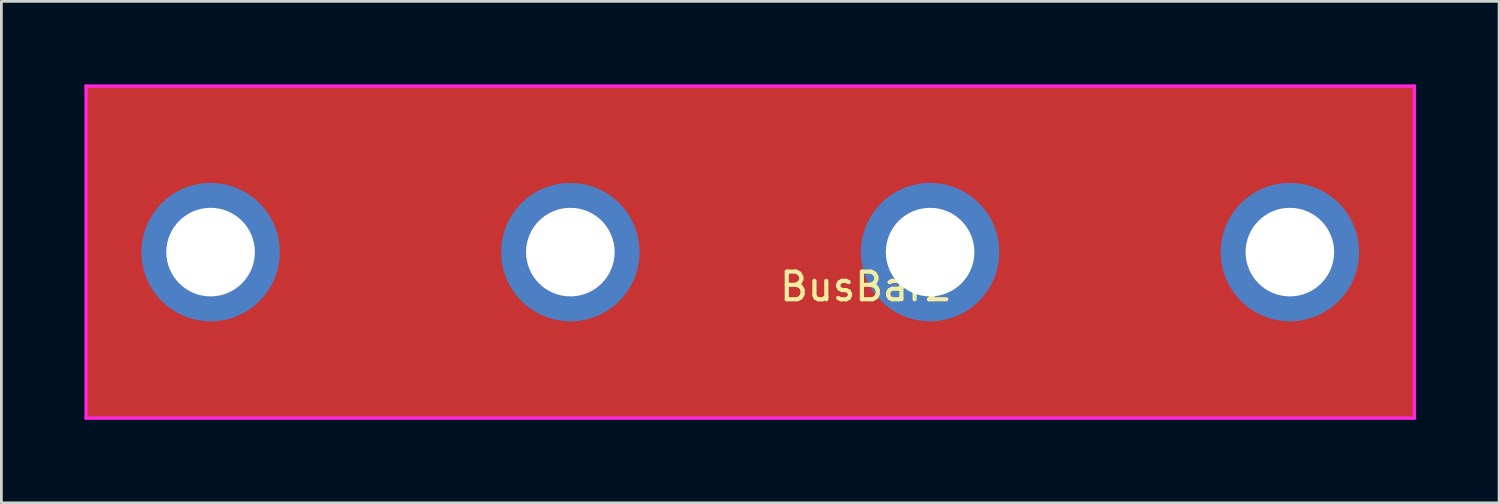
<source format=kicad_pcb>
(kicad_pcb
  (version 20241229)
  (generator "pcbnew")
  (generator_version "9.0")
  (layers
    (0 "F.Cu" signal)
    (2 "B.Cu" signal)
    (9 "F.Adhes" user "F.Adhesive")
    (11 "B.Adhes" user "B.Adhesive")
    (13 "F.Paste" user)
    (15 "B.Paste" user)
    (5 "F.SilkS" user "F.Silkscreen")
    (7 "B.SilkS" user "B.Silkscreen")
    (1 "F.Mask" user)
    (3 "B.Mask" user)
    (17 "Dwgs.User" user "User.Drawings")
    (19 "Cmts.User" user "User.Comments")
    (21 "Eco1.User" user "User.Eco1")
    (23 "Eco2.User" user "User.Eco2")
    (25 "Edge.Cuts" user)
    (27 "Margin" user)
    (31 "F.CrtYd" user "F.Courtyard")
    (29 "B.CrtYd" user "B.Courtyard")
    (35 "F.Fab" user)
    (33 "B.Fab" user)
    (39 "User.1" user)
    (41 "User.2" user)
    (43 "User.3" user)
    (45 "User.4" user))
  (footprint "BusBar2"
    (layer "F.Cu")
    (at 24.06 7.06)
    (property "Reference" "BusBar2" (at 4.178 0.25 0) (layer "F.SilkS") (effects (font (size 1 1) (thickness 0.15))))
    (attr through_hole)
    (fp_poly (pts (xy -22.75 -5.75) (xy -23.75 -5.75) (xy -23.75 -6.75) (xy -22.75 -6.75)) (stroke (width 0.1) (type solid)) (fill yes) (layer "F.Paste"))
    (fp_poly (pts (xy -22.75 -4.25) (xy -23.75 -4.25) (xy -23.75 -5.25) (xy -22.75 -5.25)) (stroke (width 0.1) (type solid)) (fill yes) (layer "F.Paste"))
    (fp_poly (pts (xy -22.75 -2.75) (xy -23.75 -2.75) (xy -23.75 -3.75) (xy -22.75 -3.75)) (stroke (width 0.1) (type solid)) (fill yes) (layer "F.Paste"))
    (fp_poly (pts (xy -22.75 -1.25) (xy -23.75 -1.25) (xy -23.75 -2.25) (xy -22.75 -2.25)) (stroke (width 0.1) (type solid)) (fill yes) (layer "F.Paste"))
    (fp_poly (pts (xy -22.75 0.25) (xy -23.75 0.25) (xy -23.75 -0.75) (xy -22.75 -0.75)) (stroke (width 0.1) (type solid)) (fill yes) (layer "F.Paste"))
    (fp_poly (pts (xy -22.75 1.75) (xy -23.75 1.75) (xy -23.75 0.75) (xy -22.75 0.75)) (stroke (width 0.1) (type solid)) (fill yes) (layer "F.Paste"))
    (fp_poly (pts (xy -22.75 3.25) (xy -23.75 3.25) (xy -23.75 2.25) (xy -22.75 2.25)) (stroke (width 0.1) (type solid)) (fill yes) (layer "F.Paste"))
    (fp_poly (pts (xy -22.75 4.75) (xy -23.75 4.75) (xy -23.75 3.75) (xy -22.75 3.75)) (stroke (width 0.1) (type solid)) (fill yes) (layer "F.Paste"))
    (fp_poly (pts (xy -21.25 -5.75) (xy -22.25 -5.75) (xy -22.25 -6.75) (xy -21.25 -6.75)) (stroke (width 0.1) (type solid)) (fill yes) (layer "F.Paste"))
    (fp_poly (pts (xy -21.25 -4.25) (xy -22.25 -4.25) (xy -22.25 -5.25) (xy -21.25 -5.25)) (stroke (width 0.1) (type solid)) (fill yes) (layer "F.Paste"))
    (fp_poly (pts (xy -21.25 3.25) (xy -22.25 3.25) (xy -22.25 2.25) (xy -21.25 2.25)) (stroke (width 0.1) (type solid)) (fill yes) (layer "F.Paste"))
    (fp_poly (pts (xy -21.25 4.75) (xy -22.25 4.75) (xy -22.25 3.75) (xy -21.25 3.75)) (stroke (width 0.1) (type solid)) (fill yes) (layer "F.Paste"))
    (fp_poly (pts (xy -19.75 -5.75) (xy -20.75 -5.75) (xy -20.75 -6.75) (xy -19.75 -6.75)) (stroke (width 0.1) (type solid)) (fill yes) (layer "F.Paste"))
    (fp_poly (pts (xy -19.75 -4.25) (xy -20.75 -4.25) (xy -20.75 -5.25) (xy -19.75 -5.25)) (stroke (width 0.1) (type solid)) (fill yes) (layer "F.Paste"))
    (fp_poly (pts (xy -19.75 3.25) (xy -20.75 3.25) (xy -20.75 2.25) (xy -19.75 2.25)) (stroke (width 0.1) (type solid)) (fill yes) (layer "F.Paste"))
    (fp_poly (pts (xy -19.75 4.75) (xy -20.75 4.75) (xy -20.75 3.75) (xy -19.75 3.75)) (stroke (width 0.1) (type solid)) (fill yes) (layer "F.Paste"))
    (fp_poly (pts (xy -18.25 -5.75) (xy -19.25 -5.75) (xy -19.25 -6.75) (xy -18.25 -6.75)) (stroke (width 0.1) (type solid)) (fill yes) (layer "F.Paste"))
    (fp_poly (pts (xy -18.25 -4.25) (xy -19.25 -4.25) (xy -19.25 -5.25) (xy -18.25 -5.25)) (stroke (width 0.1) (type solid)) (fill yes) (layer "F.Paste"))
    (fp_poly (pts (xy -18.25 3.25) (xy -19.25 3.25) (xy -19.25 2.25) (xy -18.25 2.25)) (stroke (width 0.1) (type solid)) (fill yes) (layer "F.Paste"))
    (fp_poly (pts (xy -18.25 4.75) (xy -19.25 4.75) (xy -19.25 3.75) (xy -18.25 3.75)) (stroke (width 0.1) (type solid)) (fill yes) (layer "F.Paste"))
    (fp_poly (pts (xy -16.75 -5.75) (xy -17.75 -5.75) (xy -17.75 -6.75) (xy -16.75 -6.75)) (stroke (width 0.1) (type solid)) (fill yes) (layer "F.Paste"))
    (fp_poly (pts (xy -16.75 -4.25) (xy -17.75 -4.25) (xy -17.75 -5.25) (xy -16.75 -5.25)) (stroke (width 0.1) (type solid)) (fill yes) (layer "F.Paste"))
    (fp_poly (pts (xy -16.75 3.25) (xy -17.75 3.25) (xy -17.75 2.25) (xy -16.75 2.25)) (stroke (width 0.1) (type solid)) (fill yes) (layer "F.Paste"))
    (fp_poly (pts (xy -16.75 4.75) (xy -17.75 4.75) (xy -17.75 3.75) (xy -16.75 3.75)) (stroke (width 0.1) (type solid)) (fill yes) (layer "F.Paste"))
    (fp_poly (pts (xy -15.25 -5.75) (xy -16.25 -5.75) (xy -16.25 -6.75) (xy -15.25 -6.75)) (stroke (width 0.1) (type solid)) (fill yes) (layer "F.Paste"))
    (fp_poly (pts (xy -15.25 -4.25) (xy -16.25 -4.25) (xy -16.25 -5.25) (xy -15.25 -5.25)) (stroke (width 0.1) (type solid)) (fill yes) (layer "F.Paste"))
    (fp_poly (pts (xy -15.25 -2.75) (xy -16.25 -2.75) (xy -16.25 -3.75) (xy -15.25 -3.75)) (stroke (width 0.1) (type solid)) (fill yes) (layer "F.Paste"))
    (fp_poly (pts (xy -15.25 -1.25) (xy -16.25 -1.25) (xy -16.25 -2.25) (xy -15.25 -2.25)) (stroke (width 0.1) (type solid)) (fill yes) (layer "F.Paste"))
    (fp_poly (pts (xy -15.25 0.25) (xy -16.25 0.25) (xy -16.25 -0.75) (xy -15.25 -0.75)) (stroke (width 0.1) (type solid)) (fill yes) (layer "F.Paste"))
    (fp_poly (pts (xy -15.25 1.75) (xy -16.25 1.75) (xy -16.25 0.75) (xy -15.25 0.75)) (stroke (width 0.1) (type solid)) (fill yes) (layer "F.Paste"))
    (fp_poly (pts (xy -15.25 3.25) (xy -16.25 3.25) (xy -16.25 2.25) (xy -15.25 2.25)) (stroke (width 0.1) (type solid)) (fill yes) (layer "F.Paste"))
    (fp_poly (pts (xy -15.25 4.75) (xy -16.25 4.75) (xy -16.25 3.75) (xy -15.25 3.75)) (stroke (width 0.1) (type solid)) (fill yes) (layer "F.Paste"))
    (fp_poly (pts (xy -13.75 -5.75) (xy -14.75 -5.75) (xy -14.75 -6.75) (xy -13.75 -6.75)) (stroke (width 0.1) (type solid)) (fill yes) (layer "F.Paste"))
    (fp_poly (pts (xy -13.75 -4.25) (xy -14.75 -4.25) (xy -14.75 -5.25) (xy -13.75 -5.25)) (stroke (width 0.1) (type solid)) (fill yes) (layer "F.Paste"))
    (fp_poly (pts (xy -13.75 -2.75) (xy -14.75 -2.75) (xy -14.75 -3.75) (xy -13.75 -3.75)) (stroke (width 0.1) (type solid)) (fill yes) (layer "F.Paste"))
    (fp_poly (pts (xy -13.75 -1.25) (xy -14.75 -1.25) (xy -14.75 -2.25) (xy -13.75 -2.25)) (stroke (width 0.1) (type solid)) (fill yes) (layer "F.Paste"))
    (fp_poly (pts (xy -13.75 0.25) (xy -14.75 0.25) (xy -14.75 -0.75) (xy -13.75 -0.75)) (stroke (width 0.1) (type solid)) (fill yes) (layer "F.Paste"))
    (fp_poly (pts (xy -13.75 1.75) (xy -14.75 1.75) (xy -14.75 0.75) (xy -13.75 0.75)) (stroke (width 0.1) (type solid)) (fill yes) (layer "F.Paste"))
    (fp_poly (pts (xy -13.75 3.25) (xy -14.75 3.25) (xy -14.75 2.25) (xy -13.75 2.25)) (stroke (width 0.1) (type solid)) (fill yes) (layer "F.Paste"))
    (fp_poly (pts (xy -13.75 4.75) (xy -14.75 4.75) (xy -14.75 3.75) (xy -13.75 3.75)) (stroke (width 0.1) (type solid)) (fill yes) (layer "F.Paste"))
    (fp_poly (pts (xy -12.25 -5.75) (xy -13.25 -5.75) (xy -13.25 -6.75) (xy -12.25 -6.75)) (stroke (width 0.1) (type solid)) (fill yes) (layer "F.Paste"))
    (fp_poly (pts (xy -12.25 -4.25) (xy -13.25 -4.25) (xy -13.25 -5.25) (xy -12.25 -5.25)) (stroke (width 0.1) (type solid)) (fill yes) (layer "F.Paste"))
    (fp_poly (pts (xy -12.25 -2.75) (xy -13.25 -2.75) (xy -13.25 -3.75) (xy -12.25 -3.75)) (stroke (width 0.1) (type solid)) (fill yes) (layer "F.Paste"))
    (fp_poly (pts (xy -12.25 -1.25) (xy -13.25 -1.25) (xy -13.25 -2.25) (xy -12.25 -2.25)) (stroke (width 0.1) (type solid)) (fill yes) (layer "F.Paste"))
    (fp_poly (pts (xy -12.25 0.25) (xy -13.25 0.25) (xy -13.25 -0.75) (xy -12.25 -0.75)) (stroke (width 0.1) (type solid)) (fill yes) (layer "F.Paste"))
    (fp_poly (pts (xy -12.25 1.75) (xy -13.25 1.75) (xy -13.25 0.75) (xy -12.25 0.75)) (stroke (width 0.1) (type solid)) (fill yes) (layer "F.Paste"))
    (fp_poly (pts (xy -12.25 3.25) (xy -13.25 3.25) (xy -13.25 2.25) (xy -12.25 2.25)) (stroke (width 0.1) (type solid)) (fill yes) (layer "F.Paste"))
    (fp_poly (pts (xy -12.25 4.75) (xy -13.25 4.75) (xy -13.25 3.75) (xy -12.25 3.75)) (stroke (width 0.1) (type solid)) (fill yes) (layer "F.Paste"))
    (fp_poly (pts (xy -10.75 -5.75) (xy -11.75 -5.75) (xy -11.75 -6.75) (xy -10.75 -6.75)) (stroke (width 0.1) (type solid)) (fill yes) (layer "F.Paste"))
    (fp_poly (pts (xy -10.75 -4.25) (xy -11.75 -4.25) (xy -11.75 -5.25) (xy -10.75 -5.25)) (stroke (width 0.1) (type solid)) (fill yes) (layer "F.Paste"))
    (fp_poly (pts (xy -10.75 -2.75) (xy -11.75 -2.75) (xy -11.75 -3.75) (xy -10.75 -3.75)) (stroke (width 0.1) (type solid)) (fill yes) (layer "F.Paste"))
    (fp_poly (pts (xy -10.75 -1.25) (xy -11.75 -1.25) (xy -11.75 -2.25) (xy -10.75 -2.25)) (stroke (width 0.1) (type solid)) (fill yes) (layer "F.Paste"))
    (fp_poly (pts (xy -10.75 0.25) (xy -11.75 0.25) (xy -11.75 -0.75) (xy -10.75 -0.75)) (stroke (width 0.1) (type solid)) (fill yes) (layer "F.Paste"))
    (fp_poly (pts (xy -10.75 1.75) (xy -11.75 1.75) (xy -11.75 0.75) (xy -10.75 0.75)) (stroke (width 0.1) (type solid)) (fill yes) (layer "F.Paste"))
    (fp_poly (pts (xy -10.75 3.25) (xy -11.75 3.25) (xy -11.75 2.25) (xy -10.75 2.25)) (stroke (width 0.1) (type solid)) (fill yes) (layer "F.Paste"))
    (fp_poly (pts (xy -10.75 4.75) (xy -11.75 4.75) (xy -11.75 3.75) (xy -10.75 3.75)) (stroke (width 0.1) (type solid)) (fill yes) (layer "F.Paste"))
    (fp_poly (pts (xy -9.25 -5.75) (xy -10.25 -5.75) (xy -10.25 -6.75) (xy -9.25 -6.75)) (stroke (width 0.1) (type solid)) (fill yes) (layer "F.Paste"))
    (fp_poly (pts (xy -9.25 -4.25) (xy -10.25 -4.25) (xy -10.25 -5.25) (xy -9.25 -5.25)) (stroke (width 0.1) (type solid)) (fill yes) (layer "F.Paste"))
    (fp_poly (pts (xy -9.25 -2.75) (xy -10.25 -2.75) (xy -10.25 -3.75) (xy -9.25 -3.75)) (stroke (width 0.1) (type solid)) (fill yes) (layer "F.Paste"))
    (fp_poly (pts (xy -9.25 -1.25) (xy -10.25 -1.25) (xy -10.25 -2.25) (xy -9.25 -2.25)) (stroke (width 0.1) (type solid)) (fill yes) (layer "F.Paste"))
    (fp_poly (pts (xy -9.25 0.25) (xy -10.25 0.25) (xy -10.25 -0.75) (xy -9.25 -0.75)) (stroke (width 0.1) (type solid)) (fill yes) (layer "F.Paste"))
    (fp_poly (pts (xy -9.25 1.75) (xy -10.25 1.75) (xy -10.25 0.75) (xy -9.25 0.75)) (stroke (width 0.1) (type solid)) (fill yes) (layer "F.Paste"))
    (fp_poly (pts (xy -9.25 3.25) (xy -10.25 3.25) (xy -10.25 2.25) (xy -9.25 2.25)) (stroke (width 0.1) (type solid)) (fill yes) (layer "F.Paste"))
    (fp_poly (pts (xy -9.25 4.75) (xy -10.25 4.75) (xy -10.25 3.75) (xy -9.25 3.75)) (stroke (width 0.1) (type solid)) (fill yes) (layer "F.Paste"))
    (fp_poly (pts (xy -7.75 -5.75) (xy -8.75 -5.75) (xy -8.75 -6.75) (xy -7.75 -6.75)) (stroke (width 0.1) (type solid)) (fill yes) (layer "F.Paste"))
    (fp_poly (pts (xy -7.75 -4.25) (xy -8.75 -4.25) (xy -8.75 -5.25) (xy -7.75 -5.25)) (stroke (width 0.1) (type solid)) (fill yes) (layer "F.Paste"))
    (fp_poly (pts (xy -7.75 3.25) (xy -8.75 3.25) (xy -8.75 2.25) (xy -7.75 2.25)) (stroke (width 0.1) (type solid)) (fill yes) (layer "F.Paste"))
    (fp_poly (pts (xy -7.75 4.75) (xy -8.75 4.75) (xy -8.75 3.75) (xy -7.75 3.75)) (stroke (width 0.1) (type solid)) (fill yes) (layer "F.Paste"))
    (fp_poly (pts (xy -6.25 -5.75) (xy -7.25 -5.75) (xy -7.25 -6.75) (xy -6.25 -6.75)) (stroke (width 0.1) (type solid)) (fill yes) (layer "F.Paste"))
    (fp_poly (pts (xy -6.25 -4.25) (xy -7.25 -4.25) (xy -7.25 -5.25) (xy -6.25 -5.25)) (stroke (width 0.1) (type solid)) (fill yes) (layer "F.Paste"))
    (fp_poly (pts (xy -6.25 3.25) (xy -7.25 3.25) (xy -7.25 2.25) (xy -6.25 2.25)) (stroke (width 0.1) (type solid)) (fill yes) (layer "F.Paste"))
    (fp_poly (pts (xy -6.25 4.75) (xy -7.25 4.75) (xy -7.25 3.75) (xy -6.25 3.75)) (stroke (width 0.1) (type solid)) (fill yes) (layer "F.Paste"))
    (fp_poly (pts (xy -4.75 -5.75) (xy -5.75 -5.75) (xy -5.75 -6.75) (xy -4.75 -6.75)) (stroke (width 0.1) (type solid)) (fill yes) (layer "F.Paste"))
    (fp_poly (pts (xy -4.75 -4.25) (xy -5.75 -4.25) (xy -5.75 -5.25) (xy -4.75 -5.25)) (stroke (width 0.1) (type solid)) (fill yes) (layer "F.Paste"))
    (fp_poly (pts (xy -4.75 3.25) (xy -5.75 3.25) (xy -5.75 2.25) (xy -4.75 2.25)) (stroke (width 0.1) (type solid)) (fill yes) (layer "F.Paste"))
    (fp_poly (pts (xy -4.75 4.75) (xy -5.75 4.75) (xy -5.75 3.75) (xy -4.75 3.75)) (stroke (width 0.1) (type solid)) (fill yes) (layer "F.Paste"))
    (fp_poly (pts (xy -3.25 -5.75) (xy -4.25 -5.75) (xy -4.25 -6.75) (xy -3.25 -6.75)) (stroke (width 0.1) (type solid)) (fill yes) (layer "F.Paste"))
    (fp_poly (pts (xy -3.25 -4.25) (xy -4.25 -4.25) (xy -4.25 -5.25) (xy -3.25 -5.25)) (stroke (width 0.1) (type solid)) (fill yes) (layer "F.Paste"))
    (fp_poly (pts (xy -3.25 3.25) (xy -4.25 3.25) (xy -4.25 2.25) (xy -3.25 2.25)) (stroke (width 0.1) (type solid)) (fill yes) (layer "F.Paste"))
    (fp_poly (pts (xy -3.25 4.75) (xy -4.25 4.75) (xy -4.25 3.75) (xy -3.25 3.75)) (stroke (width 0.1) (type solid)) (fill yes) (layer "F.Paste"))
    (fp_poly (pts (xy -1.75 -5.75) (xy -2.75 -5.75) (xy -2.75 -6.75) (xy -1.75 -6.75)) (stroke (width 0.1) (type solid)) (fill yes) (layer "F.Paste"))
    (fp_poly (pts (xy -1.75 -4.25) (xy -2.75 -4.25) (xy -2.75 -5.25) (xy -1.75 -5.25)) (stroke (width 0.1) (type solid)) (fill yes) (layer "F.Paste"))
    (fp_poly (pts (xy -1.75 -2.75) (xy -2.75 -2.75) (xy -2.75 -3.75) (xy -1.75 -3.75)) (stroke (width 0.1) (type solid)) (fill yes) (layer "F.Paste"))
    (fp_poly (pts (xy -1.75 -1.25) (xy -2.75 -1.25) (xy -2.75 -2.25) (xy -1.75 -2.25)) (stroke (width 0.1) (type solid)) (fill yes) (layer "F.Paste"))
    (fp_poly (pts (xy -1.75 0.25) (xy -2.75 0.25) (xy -2.75 -0.75) (xy -1.75 -0.75)) (stroke (width 0.1) (type solid)) (fill yes) (layer "F.Paste"))
    (fp_poly (pts (xy -1.75 1.75) (xy -2.75 1.75) (xy -2.75 0.75) (xy -1.75 0.75)) (stroke (width 0.1) (type solid)) (fill yes) (layer "F.Paste"))
    (fp_poly (pts (xy -1.75 3.25) (xy -2.75 3.25) (xy -2.75 2.25) (xy -1.75 2.25)) (stroke (width 0.1) (type solid)) (fill yes) (layer "F.Paste"))
    (fp_poly (pts (xy -1.75 4.75) (xy -2.75 4.75) (xy -2.75 3.75) (xy -1.75 3.75)) (stroke (width 0.1) (type solid)) (fill yes) (layer "F.Paste"))
    (fp_poly (pts (xy -0.25 -5.75) (xy -1.25 -5.75) (xy -1.25 -6.75) (xy -0.25 -6.75)) (stroke (width 0.1) (type solid)) (fill yes) (layer "F.Paste"))
    (fp_poly (pts (xy -0.25 -4.25) (xy -1.25 -4.25) (xy -1.25 -5.25) (xy -0.25 -5.25)) (stroke (width 0.1) (type solid)) (fill yes) (layer "F.Paste"))
    (fp_poly (pts (xy -0.25 -2.75) (xy -1.25 -2.75) (xy -1.25 -3.75) (xy -0.25 -3.75)) (stroke (width 0.1) (type solid)) (fill yes) (layer "F.Paste"))
    (fp_poly (pts (xy -0.25 -1.25) (xy -1.25 -1.25) (xy -1.25 -2.25) (xy -0.25 -2.25)) (stroke (width 0.1) (type solid)) (fill yes) (layer "F.Paste"))
    (fp_poly (pts (xy -0.25 0.25) (xy -1.25 0.25) (xy -1.25 -0.75) (xy -0.25 -0.75)) (stroke (width 0.1) (type solid)) (fill yes) (layer "F.Paste"))
    (fp_poly (pts (xy -0.25 1.75) (xy -1.25 1.75) (xy -1.25 0.75) (xy -0.25 0.75)) (stroke (width 0.1) (type solid)) (fill yes) (layer "F.Paste"))
    (fp_poly (pts (xy -0.25 3.25) (xy -1.25 3.25) (xy -1.25 2.25) (xy -0.25 2.25)) (stroke (width 0.1) (type solid)) (fill yes) (layer "F.Paste"))
    (fp_poly (pts (xy -0.25 4.75) (xy -1.25 4.75) (xy -1.25 3.75) (xy -0.25 3.75)) (stroke (width 0.1) (type solid)) (fill yes) (layer "F.Paste"))
    (fp_poly (pts (xy 1.25 -5.75) (xy 0.25 -5.75) (xy 0.25 -6.75) (xy 1.25 -6.75)) (stroke (width 0.1) (type solid)) (fill yes) (layer "F.Paste"))
    (fp_poly (pts (xy 1.25 -4.25) (xy 0.25 -4.25) (xy 0.25 -5.25) (xy 1.25 -5.25)) (stroke (width 0.1) (type solid)) (fill yes) (layer "F.Paste"))
    (fp_poly (pts (xy 1.25 -2.75) (xy 0.25 -2.75) (xy 0.25 -3.75) (xy 1.25 -3.75)) (stroke (width 0.1) (type solid)) (fill yes) (layer "F.Paste"))
    (fp_poly (pts (xy 1.25 -1.25) (xy 0.25 -1.25) (xy 0.25 -2.25) (xy 1.25 -2.25)) (stroke (width 0.1) (type solid)) (fill yes) (layer "F.Paste"))
    (fp_poly (pts (xy 1.25 0.25) (xy 0.25 0.25) (xy 0.25 -0.75) (xy 1.25 -0.75)) (stroke (width 0.1) (type solid)) (fill yes) (layer "F.Paste"))
    (fp_poly (pts (xy 1.25 1.75) (xy 0.25 1.75) (xy 0.25 0.75) (xy 1.25 0.75)) (stroke (width 0.1) (type solid)) (fill yes) (layer "F.Paste"))
    (fp_poly (pts (xy 1.25 3.25) (xy 0.25 3.25) (xy 0.25 2.25) (xy 1.25 2.25)) (stroke (width 0.1) (type solid)) (fill yes) (layer "F.Paste"))
    (fp_poly (pts (xy 1.25 4.75) (xy 0.25 4.75) (xy 0.25 3.75) (xy 1.25 3.75)) (stroke (width 0.1) (type solid)) (fill yes) (layer "F.Paste"))
    (fp_poly (pts (xy 2.75 -5.75) (xy 1.75 -5.75) (xy 1.75 -6.75) (xy 2.75 -6.75)) (stroke (width 0.1) (type solid)) (fill yes) (layer "F.Paste"))
    (fp_poly (pts (xy 2.75 -4.25) (xy 1.75 -4.25) (xy 1.75 -5.25) (xy 2.75 -5.25)) (stroke (width 0.1) (type solid)) (fill yes) (layer "F.Paste"))
    (fp_poly (pts (xy 2.75 -2.75) (xy 1.75 -2.75) (xy 1.75 -3.75) (xy 2.75 -3.75)) (stroke (width 0.1) (type solid)) (fill yes) (layer "F.Paste"))
    (fp_poly (pts (xy 2.75 -1.25) (xy 1.75 -1.25) (xy 1.75 -2.25) (xy 2.75 -2.25)) (stroke (width 0.1) (type solid)) (fill yes) (layer "F.Paste"))
    (fp_poly (pts (xy 2.75 0.25) (xy 1.75 0.25) (xy 1.75 -0.75) (xy 2.75 -0.75)) (stroke (width 0.1) (type solid)) (fill yes) (layer "F.Paste"))
    (fp_poly (pts (xy 2.75 1.75) (xy 1.75 1.75) (xy 1.75 0.75) (xy 2.75 0.75)) (stroke (width 0.1) (type solid)) (fill yes) (layer "F.Paste"))
    (fp_poly (pts (xy 2.75 3.25) (xy 1.75 3.25) (xy 1.75 2.25) (xy 2.75 2.25)) (stroke (width 0.1) (type solid)) (fill yes) (layer "F.Paste"))
    (fp_poly (pts (xy 2.75 4.75) (xy 1.75 4.75) (xy 1.75 3.75) (xy 2.75 3.75)) (stroke (width 0.1) (type solid)) (fill yes) (layer "F.Paste"))
    (fp_poly (pts (xy 4.25 -5.75) (xy 3.25 -5.75) (xy 3.25 -6.75) (xy 4.25 -6.75)) (stroke (width 0.1) (type solid)) (fill yes) (layer "F.Paste"))
    (fp_poly (pts (xy 4.25 -4.25) (xy 3.25 -4.25) (xy 3.25 -5.25) (xy 4.25 -5.25)) (stroke (width 0.1) (type solid)) (fill yes) (layer "F.Paste"))
    (fp_poly (pts (xy 4.25 3.25) (xy 3.25 3.25) (xy 3.25 2.25) (xy 4.25 2.25)) (stroke (width 0.1) (type solid)) (fill yes) (layer "F.Paste"))
    (fp_poly (pts (xy 4.25 4.75) (xy 3.25 4.75) (xy 3.25 3.75) (xy 4.25 3.75)) (stroke (width 0.1) (type solid)) (fill yes) (layer "F.Paste"))
    (fp_poly (pts (xy 5.75 -5.75) (xy 4.75 -5.75) (xy 4.75 -6.75) (xy 5.75 -6.75)) (stroke (width 0.1) (type solid)) (fill yes) (layer "F.Paste"))
    (fp_poly (pts (xy 5.75 -4.25) (xy 4.75 -4.25) (xy 4.75 -5.25) (xy 5.75 -5.25)) (stroke (width 0.1) (type solid)) (fill yes) (layer "F.Paste"))
    (fp_poly (pts (xy 5.75 3.25) (xy 4.75 3.25) (xy 4.75 2.25) (xy 5.75 2.25)) (stroke (width 0.1) (type solid)) (fill yes) (layer "F.Paste"))
    (fp_poly (pts (xy 5.75 4.75) (xy 4.75 4.75) (xy 4.75 3.75) (xy 5.75 3.75)) (stroke (width 0.1) (type solid)) (fill yes) (layer "F.Paste"))
    (fp_poly (pts (xy 7.25 -5.75) (xy 6.25 -5.75) (xy 6.25 -6.75) (xy 7.25 -6.75)) (stroke (width 0.1) (type solid)) (fill yes) (layer "F.Paste"))
    (fp_poly (pts (xy 7.25 -4.25) (xy 6.25 -4.25) (xy 6.25 -5.25) (xy 7.25 -5.25)) (stroke (width 0.1) (type solid)) (fill yes) (layer "F.Paste"))
    (fp_poly (pts (xy 7.25 3.25) (xy 6.25 3.25) (xy 6.25 2.25) (xy 7.25 2.25)) (stroke (width 0.1) (type solid)) (fill yes) (layer "F.Paste"))
    (fp_poly (pts (xy 7.25 4.75) (xy 6.25 4.75) (xy 6.25 3.75) (xy 7.25 3.75)) (stroke (width 0.1) (type solid)) (fill yes) (layer "F.Paste"))
    (fp_poly (pts (xy 8.75 -5.75) (xy 7.75 -5.75) (xy 7.75 -6.75) (xy 8.75 -6.75)) (stroke (width 0.1) (type solid)) (fill yes) (layer "F.Paste"))
    (fp_poly (pts (xy 8.75 -4.25) (xy 7.75 -4.25) (xy 7.75 -5.25) (xy 8.75 -5.25)) (stroke (width 0.1) (type solid)) (fill yes) (layer "F.Paste"))
    (fp_poly (pts (xy 8.75 3.25) (xy 7.75 3.25) (xy 7.75 2.25) (xy 8.75 2.25)) (stroke (width 0.1) (type solid)) (fill yes) (layer "F.Paste"))
    (fp_poly (pts (xy 8.75 4.75) (xy 7.75 4.75) (xy 7.75 3.75) (xy 8.75 3.75)) (stroke (width 0.1) (type solid)) (fill yes) (layer "F.Paste"))
    (fp_poly (pts (xy 10.25 -5.75) (xy 9.25 -5.75) (xy 9.25 -6.75) (xy 10.25 -6.75)) (stroke (width 0.1) (type solid)) (fill yes) (layer "F.Paste"))
    (fp_poly (pts (xy 10.25 -4.25) (xy 9.25 -4.25) (xy 9.25 -5.25) (xy 10.25 -5.25)) (stroke (width 0.1) (type solid)) (fill yes) (layer "F.Paste"))
    (fp_poly (pts (xy 10.25 -2.75) (xy 9.25 -2.75) (xy 9.25 -3.75) (xy 10.25 -3.75)) (stroke (width 0.1) (type solid)) (fill yes) (layer "F.Paste"))
    (fp_poly (pts (xy 10.25 -1.25) (xy 9.25 -1.25) (xy 9.25 -2.25) (xy 10.25 -2.25)) (stroke (width 0.1) (type solid)) (fill yes) (layer "F.Paste"))
    (fp_poly (pts (xy 10.25 0.25) (xy 9.25 0.25) (xy 9.25 -0.75) (xy 10.25 -0.75)) (stroke (width 0.1) (type solid)) (fill yes) (layer "F.Paste"))
    (fp_poly (pts (xy 10.25 1.75) (xy 9.25 1.75) (xy 9.25 0.75) (xy 10.25 0.75)) (stroke (width 0.1) (type solid)) (fill yes) (layer "F.Paste"))
    (fp_poly (pts (xy 10.25 3.25) (xy 9.25 3.25) (xy 9.25 2.25) (xy 10.25 2.25)) (stroke (width 0.1) (type solid)) (fill yes) (layer "F.Paste"))
    (fp_poly (pts (xy 10.25 4.75) (xy 9.25 4.75) (xy 9.25 3.75) (xy 10.25 3.75)) (stroke (width 0.1) (type solid)) (fill yes) (layer "F.Paste"))
    (fp_poly (pts (xy 11.75 -5.75) (xy 10.75 -5.75) (xy 10.75 -6.75) (xy 11.75 -6.75)) (stroke (width 0.1) (type solid)) (fill yes) (layer "F.Paste"))
    (fp_poly (pts (xy 11.75 -4.25) (xy 10.75 -4.25) (xy 10.75 -5.25) (xy 11.75 -5.25)) (stroke (width 0.1) (type solid)) (fill yes) (layer "F.Paste"))
    (fp_poly (pts (xy 11.75 -2.75) (xy 10.75 -2.75) (xy 10.75 -3.75) (xy 11.75 -3.75)) (stroke (width 0.1) (type solid)) (fill yes) (layer "F.Paste"))
    (fp_poly (pts (xy 11.75 -1.25) (xy 10.75 -1.25) (xy 10.75 -2.25) (xy 11.75 -2.25)) (stroke (width 0.1) (type solid)) (fill yes) (layer "F.Paste"))
    (fp_poly (pts (xy 11.75 0.25) (xy 10.75 0.25) (xy 10.75 -0.75) (xy 11.75 -0.75)) (stroke (width 0.1) (type solid)) (fill yes) (layer "F.Paste"))
    (fp_poly (pts (xy 11.75 1.75) (xy 10.75 1.75) (xy 10.75 0.75) (xy 11.75 0.75)) (stroke (width 0.1) (type solid)) (fill yes) (layer "F.Paste"))
    (fp_poly (pts (xy 11.75 3.25) (xy 10.75 3.25) (xy 10.75 2.25) (xy 11.75 2.25)) (stroke (width 0.1) (type solid)) (fill yes) (layer "F.Paste"))
    (fp_poly (pts (xy 11.75 4.75) (xy 10.75 4.75) (xy 10.75 3.75) (xy 11.75 3.75)) (stroke (width 0.1) (type solid)) (fill yes) (layer "F.Paste"))
    (fp_poly (pts (xy 13.25 -5.75) (xy 12.25 -5.75) (xy 12.25 -6.75) (xy 13.25 -6.75)) (stroke (width 0.1) (type solid)) (fill yes) (layer "F.Paste"))
    (fp_poly (pts (xy 13.25 -4.25) (xy 12.25 -4.25) (xy 12.25 -5.25) (xy 13.25 -5.25)) (stroke (width 0.1) (type solid)) (fill yes) (layer "F.Paste"))
    (fp_poly (pts (xy 13.25 -2.75) (xy 12.25 -2.75) (xy 12.25 -3.75) (xy 13.25 -3.75)) (stroke (width 0.1) (type solid)) (fill yes) (layer "F.Paste"))
    (fp_poly (pts (xy 13.25 -1.25) (xy 12.25 -1.25) (xy 12.25 -2.25) (xy 13.25 -2.25)) (stroke (width 0.1) (type solid)) (fill yes) (layer "F.Paste"))
    (fp_poly (pts (xy 13.25 0.25) (xy 12.25 0.25) (xy 12.25 -0.75) (xy 13.25 -0.75)) (stroke (width 0.1) (type solid)) (fill yes) (layer "F.Paste"))
    (fp_poly (pts (xy 13.25 1.75) (xy 12.25 1.75) (xy 12.25 0.75) (xy 13.25 0.75)) (stroke (width 0.1) (type solid)) (fill yes) (layer "F.Paste"))
    (fp_poly (pts (xy 13.25 3.25) (xy 12.25 3.25) (xy 12.25 2.25) (xy 13.25 2.25)) (stroke (width 0.1) (type solid)) (fill yes) (layer "F.Paste"))
    (fp_poly (pts (xy 13.25 4.75) (xy 12.25 4.75) (xy 12.25 3.75) (xy 13.25 3.75)) (stroke (width 0.1) (type solid)) (fill yes) (layer "F.Paste"))
    (fp_poly (pts (xy 14.75 -5.75) (xy 13.75 -5.75) (xy 13.75 -6.75) (xy 14.75 -6.75)) (stroke (width 0.1) (type solid)) (fill yes) (layer "F.Paste"))
    (fp_poly (pts (xy 14.75 -4.25) (xy 13.75 -4.25) (xy 13.75 -5.25) (xy 14.75 -5.25)) (stroke (width 0.1) (type solid)) (fill yes) (layer "F.Paste"))
    (fp_poly (pts (xy 14.75 -2.75) (xy 13.75 -2.75) (xy 13.75 -3.75) (xy 14.75 -3.75)) (stroke (width 0.1) (type solid)) (fill yes) (layer "F.Paste"))
    (fp_poly (pts (xy 14.75 -1.25) (xy 13.75 -1.25) (xy 13.75 -2.25) (xy 14.75 -2.25)) (stroke (width 0.1) (type solid)) (fill yes) (layer "F.Paste"))
    (fp_poly (pts (xy 14.75 0.25) (xy 13.75 0.25) (xy 13.75 -0.75) (xy 14.75 -0.75)) (stroke (width 0.1) (type solid)) (fill yes) (layer "F.Paste"))
    (fp_poly (pts (xy 14.75 1.75) (xy 13.75 1.75) (xy 13.75 0.75) (xy 14.75 0.75)) (stroke (width 0.1) (type solid)) (fill yes) (layer "F.Paste"))
    (fp_poly (pts (xy 14.75 3.25) (xy 13.75 3.25) (xy 13.75 2.25) (xy 14.75 2.25)) (stroke (width 0.1) (type solid)) (fill yes) (layer "F.Paste"))
    (fp_poly (pts (xy 14.75 4.75) (xy 13.75 4.75) (xy 13.75 3.75) (xy 14.75 3.75)) (stroke (width 0.1) (type solid)) (fill yes) (layer "F.Paste"))
    (fp_poly (pts (xy 16.25 -5.75) (xy 15.25 -5.75) (xy 15.25 -6.75) (xy 16.25 -6.75)) (stroke (width 0.1) (type solid)) (fill yes) (layer "F.Paste"))
    (fp_poly (pts (xy 16.25 -4.25) (xy 15.25 -4.25) (xy 15.25 -5.25) (xy 16.25 -5.25)) (stroke (width 0.1) (type solid)) (fill yes) (layer "F.Paste"))
    (fp_poly (pts (xy 16.25 -2.75) (xy 15.25 -2.75) (xy 15.25 -3.75) (xy 16.25 -3.75)) (stroke (width 0.1) (type solid)) (fill yes) (layer "F.Paste"))
    (fp_poly (pts (xy 16.25 -1.25) (xy 15.25 -1.25) (xy 15.25 -2.25) (xy 16.25 -2.25)) (stroke (width 0.1) (type solid)) (fill yes) (layer "F.Paste"))
    (fp_poly (pts (xy 16.25 0.25) (xy 15.25 0.25) (xy 15.25 -0.75) (xy 16.25 -0.75)) (stroke (width 0.1) (type solid)) (fill yes) (layer "F.Paste"))
    (fp_poly (pts (xy 16.25 1.75) (xy 15.25 1.75) (xy 15.25 0.75) (xy 16.25 0.75)) (stroke (width 0.1) (type solid)) (fill yes) (layer "F.Paste"))
    (fp_poly (pts (xy 16.25 3.25) (xy 15.25 3.25) (xy 15.25 2.25) (xy 16.25 2.25)) (stroke (width 0.1) (type solid)) (fill yes) (layer "F.Paste"))
    (fp_poly (pts (xy 16.25 4.75) (xy 15.25 4.75) (xy 15.25 3.75) (xy 16.25 3.75)) (stroke (width 0.1) (type solid)) (fill yes) (layer "F.Paste"))
    (fp_poly (pts (xy 17.75 -5.75) (xy 16.75 -5.75) (xy 16.75 -6.75) (xy 17.75 -6.75)) (stroke (width 0.1) (type solid)) (fill yes) (layer "F.Paste"))
    (fp_poly (pts (xy 17.75 -4.25) (xy 16.75 -4.25) (xy 16.75 -5.25) (xy 17.75 -5.25)) (stroke (width 0.1) (type solid)) (fill yes) (layer "F.Paste"))
    (fp_poly (pts (xy 17.75 3.25) (xy 16.75 3.25) (xy 16.75 2.25) (xy 17.75 2.25)) (stroke (width 0.1) (type solid)) (fill yes) (layer "F.Paste"))
    (fp_poly (pts (xy 17.75 4.75) (xy 16.75 4.75) (xy 16.75 3.75) (xy 17.75 3.75)) (stroke (width 0.1) (type solid)) (fill yes) (layer "F.Paste"))
    (fp_poly (pts (xy 19.25 -5.75) (xy 18.25 -5.75) (xy 18.25 -6.75) (xy 19.25 -6.75)) (stroke (width 0.1) (type solid)) (fill yes) (layer "F.Paste"))
    (fp_poly (pts (xy 19.25 -4.25) (xy 18.25 -4.25) (xy 18.25 -5.25) (xy 19.25 -5.25)) (stroke (width 0.1) (type solid)) (fill yes) (layer "F.Paste"))
    (fp_poly (pts (xy 19.25 3.25) (xy 18.25 3.25) (xy 18.25 2.25) (xy 19.25 2.25)) (stroke (width 0.1) (type solid)) (fill yes) (layer "F.Paste"))
    (fp_poly (pts (xy 19.25 4.75) (xy 18.25 4.75) (xy 18.25 3.75) (xy 19.25 3.75)) (stroke (width 0.1) (type solid)) (fill yes) (layer "F.Paste"))
    (fp_poly (pts (xy 20.75 -5.75) (xy 19.75 -5.75) (xy 19.75 -6.75) (xy 20.75 -6.75)) (stroke (width 0.1) (type solid)) (fill yes) (layer "F.Paste"))
    (fp_poly (pts (xy 20.75 -4.25) (xy 19.75 -4.25) (xy 19.75 -5.25) (xy 20.75 -5.25)) (stroke (width 0.1) (type solid)) (fill yes) (layer "F.Paste"))
    (fp_poly (pts (xy 20.75 3.25) (xy 19.75 3.25) (xy 19.75 2.25) (xy 20.75 2.25)) (stroke (width 0.1) (type solid)) (fill yes) (layer "F.Paste"))
    (fp_poly (pts (xy 20.75 4.75) (xy 19.75 4.75) (xy 19.75 3.75) (xy 20.75 3.75)) (stroke (width 0.1) (type solid)) (fill yes) (layer "F.Paste"))
    (fp_poly (pts (xy 22.25 -5.75) (xy 21.25 -5.75) (xy 21.25 -6.75) (xy 22.25 -6.75)) (stroke (width 0.1) (type solid)) (fill yes) (layer "F.Paste"))
    (fp_poly (pts (xy 22.25 -4.25) (xy 21.25 -4.25) (xy 21.25 -5.25) (xy 22.25 -5.25)) (stroke (width 0.1) (type solid)) (fill yes) (layer "F.Paste"))
    (fp_poly (pts (xy 22.25 3.25) (xy 21.25 3.25) (xy 21.25 2.25) (xy 22.25 2.25)) (stroke (width 0.1) (type solid)) (fill yes) (layer "F.Paste"))
    (fp_poly (pts (xy 22.25 4.75) (xy 21.25 4.75) (xy 21.25 3.75) (xy 22.25 3.75)) (stroke (width 0.1) (type solid)) (fill yes) (layer "F.Paste"))
    (fp_poly (pts (xy 23.75 -5.75) (xy 22.75 -5.75) (xy 22.75 -6.75) (xy 23.75 -6.75)) (stroke (width 0.1) (type solid)) (fill yes) (layer "F.Paste"))
    (fp_poly (pts (xy 23.75 -4.25) (xy 22.75 -4.25) (xy 22.75 -5.25) (xy 23.75 -5.25)) (stroke (width 0.1) (type solid)) (fill yes) (layer "F.Paste"))
    (fp_poly (pts (xy 23.75 -2.75) (xy 22.75 -2.75) (xy 22.75 -3.75) (xy 23.75 -3.75)) (stroke (width 0.1) (type solid)) (fill yes) (layer "F.Paste"))
    (fp_poly (pts (xy 23.75 -1.25) (xy 22.75 -1.25) (xy 22.75 -2.25) (xy 23.75 -2.25)) (stroke (width 0.1) (type solid)) (fill yes) (layer "F.Paste"))
    (fp_poly (pts (xy 23.75 0.25) (xy 22.75 0.25) (xy 22.75 -0.75) (xy 23.75 -0.75)) (stroke (width 0.1) (type solid)) (fill yes) (layer "F.Paste"))
    (fp_poly (pts (xy 23.75 1.75) (xy 22.75 1.75) (xy 22.75 0.75) (xy 23.75 0.75)) (stroke (width 0.1) (type solid)) (fill yes) (layer "F.Paste"))
    (fp_poly (pts (xy 23.75 3.25) (xy 22.75 3.25) (xy 22.75 2.25) (xy 23.75 2.25)) (stroke (width 0.1) (type solid)) (fill yes) (layer "F.Paste"))
    (fp_poly (pts (xy 23.75 4.75) (xy 22.75 4.75) (xy 22.75 3.75) (xy 23.75 3.75)) (stroke (width 0.1) (type solid)) (fill yes) (layer "F.Paste"))
    (fp_line (start -24 -7) (end -24 5) (stroke (width 0.12) (type solid)) (layer "F.CrtYd"))
    (fp_line (start -24 5) (end 24 5) (stroke (width 0.12) (type solid)) (layer "F.CrtYd"))
    (fp_line (start 24 -7) (end -24 -7) (stroke (width 0.12) (type solid)) (layer "F.CrtYd"))
    (fp_line (start 24 5) (end 24 -7) (stroke (width 0.12) (type solid)) (layer "F.CrtYd"))
    (pad "" np_thru_hole circle (at -19.5 -1) (size 5 5) (drill 3.2) (layers "*.Cu" "*.Mask"))
    (pad "" np_thru_hole circle (at -6.5 -1) (size 5 5) (drill 3.2) (layers "*.Cu" "*.Mask"))
    (pad "" np_thru_hole circle (at 6.5 -1) (size 5 5) (drill 3.2) (layers "*.Cu" "*.Mask"))
    (pad "" np_thru_hole circle (at 19.5 -1 180) (size 5 5) (drill 3.2) (layers "*.Cu" "*.Mask"))
    (pad "1" smd rect (at 0 -1) (size 48 12) (layers "F.Cu" "F.Mask")))
  (gr_rect
    (start -3 -3)
    (end 51.12 15.12)
    (stroke (width 0.1) (type default))
    (fill no)
    (layer "Edge.Cuts")))
</source>
